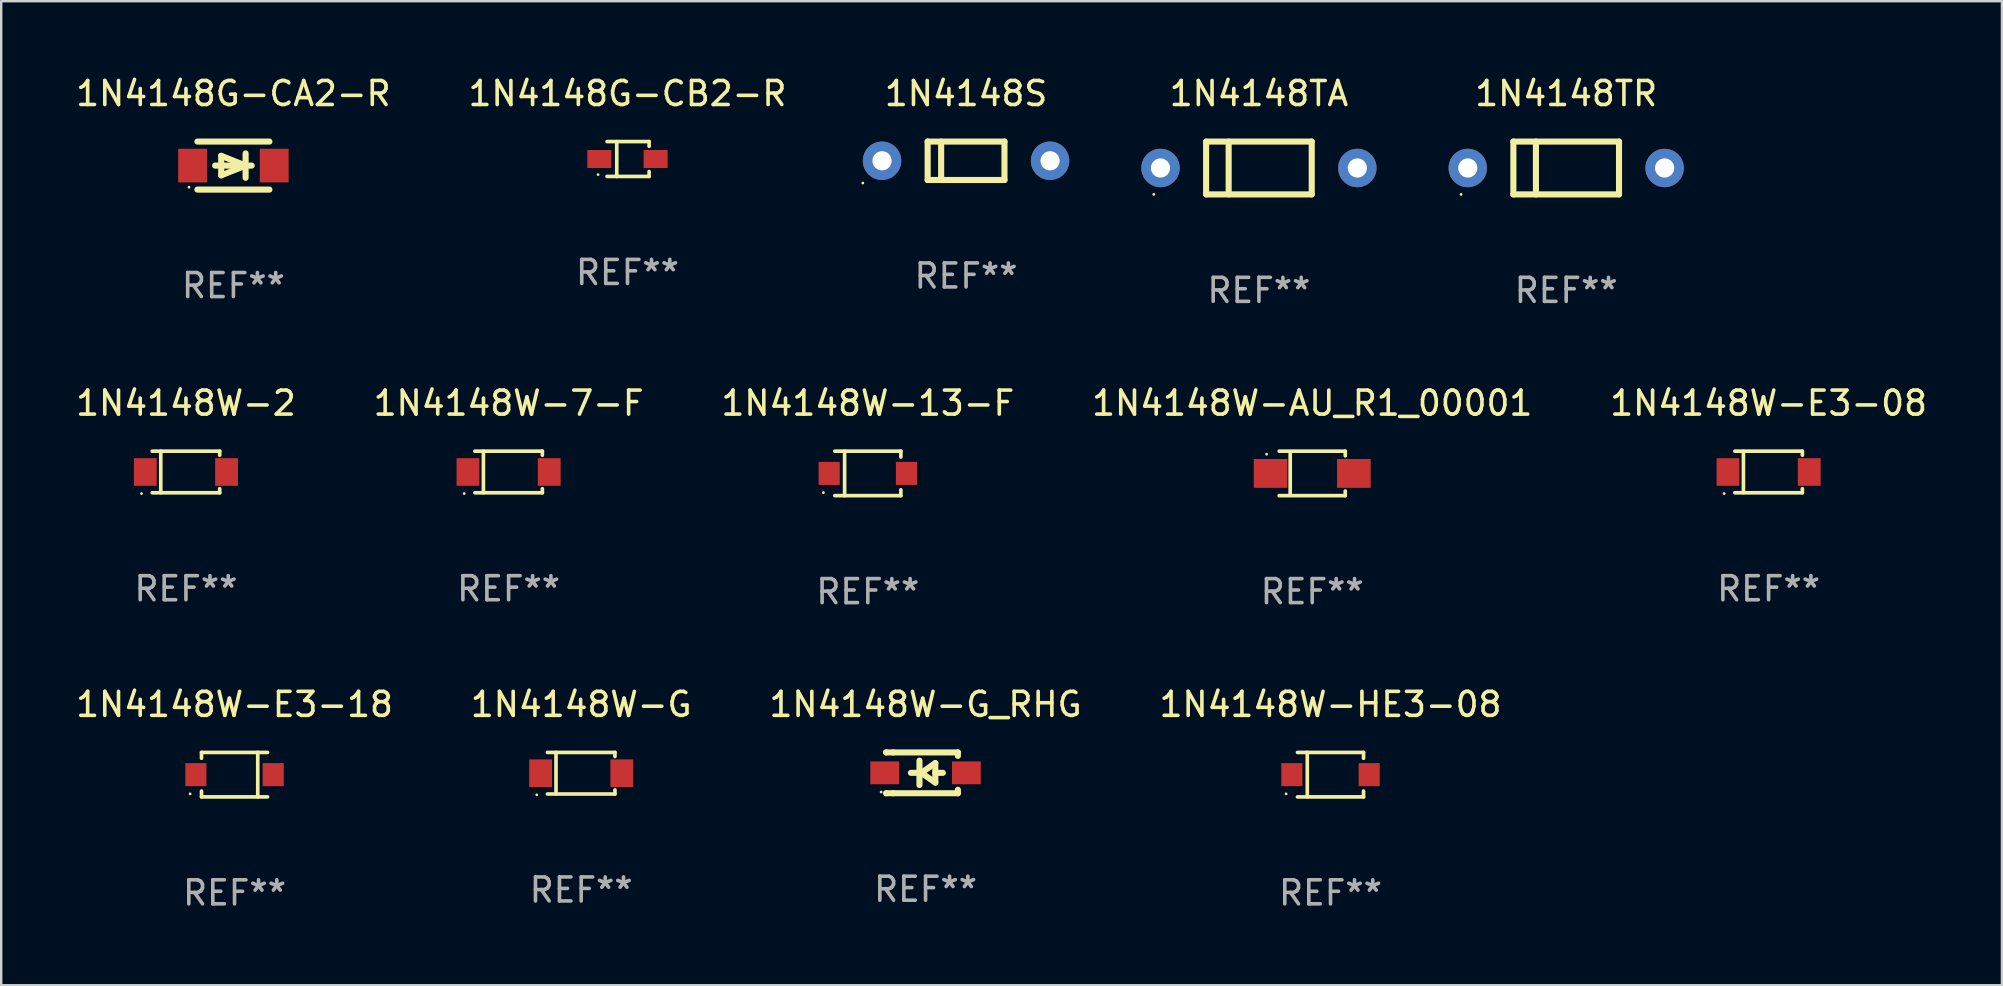
<source format=kicad_pcb>
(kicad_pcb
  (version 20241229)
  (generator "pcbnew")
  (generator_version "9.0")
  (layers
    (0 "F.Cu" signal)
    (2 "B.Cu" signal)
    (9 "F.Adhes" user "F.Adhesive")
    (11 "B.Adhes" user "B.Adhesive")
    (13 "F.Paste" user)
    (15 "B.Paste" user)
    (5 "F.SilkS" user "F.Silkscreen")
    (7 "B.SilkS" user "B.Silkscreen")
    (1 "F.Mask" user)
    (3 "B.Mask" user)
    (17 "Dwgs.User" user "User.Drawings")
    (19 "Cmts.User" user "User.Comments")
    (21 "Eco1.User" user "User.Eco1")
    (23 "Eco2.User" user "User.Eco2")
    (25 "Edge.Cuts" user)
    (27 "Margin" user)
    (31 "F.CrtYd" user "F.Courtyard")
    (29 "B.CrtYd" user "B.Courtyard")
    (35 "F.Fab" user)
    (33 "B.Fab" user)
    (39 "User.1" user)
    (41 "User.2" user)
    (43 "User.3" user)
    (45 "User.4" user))
  (footprint "1N4148W-E3-18"
    (layer "F.Cu")
    (at 6.72 29.22)
    (property "Reference" "1N4148W-E3-18" (at 0 -2.926 0) (layer "F.SilkS") (effects (font (size 1 1) (thickness 0.15))))
    (attr through_hole)
    (fp_line (start -1.376 -0.926) (end -1.376 -0.683) (stroke (width 0.152) (type solid)) (layer "F.SilkS"))
    (fp_line (start -1.376 0.926) (end -1.376 0.683) (stroke (width 0.152) (type solid)) (layer "F.SilkS"))
    (fp_line (start 0.967 0.926) (end 0.967 -0.926) (stroke (width 0.152) (type solid)) (layer "F.SilkS"))
    (fp_line (start 1.376 -0.926) (end -1.376 -0.926) (stroke (width 0.152) (type solid)) (layer "F.SilkS"))
    (fp_line (start 1.376 0.926) (end -1.376 0.926) (stroke (width 0.152) (type solid)) (layer "F.SilkS"))
    (fp_circle (center -1.851 0.8) (end -1.821 0.8) (stroke (width 0.06) (type solid)) (fill no) (layer "F.SilkS"))
    (fp_text user "REF**" (at 0 4.926 0) (layer "F.Fab") (effects (font (size 1 1) (thickness 0.15))))
    (pad "1" smd rect (at -1.61 -0.000102 180) (size 0.88 0.96) (layers "F.Cu" "F.Mask" "F.Paste"))
    (pad "2" smd rect (at 1.61 -0.000102 180) (size 0.88 0.96) (layers "F.Cu" "F.Mask" "F.Paste")))
  (footprint "1N4148W-G"
    (layer "F.Cu")
    (at 21.161 29.16)
    (property "Reference" "1N4148W-G" (at 0 -2.866 0) (layer "F.SilkS") (effects (font (size 1 1) (thickness 0.15))))
    (attr through_hole)
    (fp_line (start -1.406 -0.866) (end 1.406 -0.866) (stroke (width 0.152) (type solid)) (layer "F.SilkS"))
    (fp_line (start -1.406 0.866) (end 1.406 0.866) (stroke (width 0.152) (type solid)) (layer "F.SilkS"))
    (fp_line (start -1.049 -0.866) (end -1.049 0.866) (stroke (width 0.152) (type solid)) (layer "F.SilkS"))
    (fp_line (start 1.406 -0.866) (end 1.406 -0.698) (stroke (width 0.152) (type solid)) (layer "F.SilkS"))
    (fp_line (start 1.406 0.866) (end 1.406 0.698) (stroke (width 0.152) (type solid)) (layer "F.SilkS"))
    (fp_circle (center -1.851 0.9) (end -1.821 0.9) (stroke (width 0.06) (type solid)) (fill no) (layer "F.SilkS"))
    (fp_text user "REF**" (at 0 4.866 0) (layer "F.Fab") (effects (font (size 1 1) (thickness 0.15))))
    (pad "1" smd rect (at -1.692 0) (size 0.95 1.15) (layers "F.Cu" "F.Mask" "F.Paste"))
    (pad "2" smd rect (at 1.692 0) (size 0.95 1.15) (layers "F.Cu" "F.Mask" "F.Paste")))
  (footprint "1N4148G-CB2-R"
    (layer "F.Cu")
    (at 23.089 3.574)
    (property "Reference" "1N4148G-CB2-R" (at 0 -2.726 0) (layer "F.SilkS") (effects (font (size 1 1) (thickness 0.15))))
    (attr through_hole)
    (fp_line (start -0.851 -0.726) (end 0.901 -0.726) (stroke (width 0.152) (type solid)) (layer "F.SilkS"))
    (fp_line (start -0.851 0.726) (end 0.901 0.726) (stroke (width 0.152) (type solid)) (layer "F.SilkS"))
    (fp_line (start -0.447 -0.726) (end -0.447 0.726) (stroke (width 0.152) (type solid)) (layer "F.SilkS"))
    (fp_line (start 0.901 -0.726) (end 0.901 -0.53) (stroke (width 0.152) (type solid)) (layer "F.SilkS"))
    (fp_line (start 0.901 0.726) (end 0.901 0.52) (stroke (width 0.152) (type solid)) (layer "F.SilkS"))
    (fp_circle (center -1.225 0.65) (end -1.195 0.65) (stroke (width 0.06) (type solid)) (fill no) (layer "F.SilkS"))
    (fp_text user "REF**" (at 0 4.726 0) (layer "F.Fab") (effects (font (size 1 1) (thickness 0.15))))
    (pad "1" smd rect (at -1.173 0) (size 1 0.75) (layers "F.Cu" "F.Mask" "F.Paste"))
    (pad "2" smd rect (at 1.173 0) (size 1 0.75) (layers "F.Cu" "F.Mask" "F.Paste")))
  (footprint "1N4148W-7-F"
    (layer "F.Cu")
    (at 18.137 16.611)
    (property "Reference" "1N4148W-7-F" (at 0 -2.866 0) (layer "F.SilkS") (effects (font (size 1 1) (thickness 0.15))))
    (attr through_hole)
    (fp_line (start -1.406 -0.866) (end 1.406 -0.866) (stroke (width 0.152) (type solid)) (layer "F.SilkS"))
    (fp_line (start -1.406 0.866) (end 1.406 0.866) (stroke (width 0.152) (type solid)) (layer "F.SilkS"))
    (fp_line (start -1.049 -0.866) (end -1.049 0.866) (stroke (width 0.152) (type solid)) (layer "F.SilkS"))
    (fp_line (start 1.406 -0.866) (end 1.406 -0.698) (stroke (width 0.152) (type solid)) (layer "F.SilkS"))
    (fp_line (start 1.406 0.866) (end 1.406 0.698) (stroke (width 0.152) (type solid)) (layer "F.SilkS"))
    (fp_circle (center -1.851 0.9) (end -1.821 0.9) (stroke (width 0.06) (type solid)) (fill no) (layer "F.SilkS"))
    (fp_text user "REF**" (at 0 4.866 0) (layer "F.Fab") (effects (font (size 1 1) (thickness 0.15))))
    (pad "1" smd rect (at -1.692 0) (size 0.95 1.15) (layers "F.Cu" "F.Mask" "F.Paste"))
    (pad "2" smd rect (at 1.692 0) (size 0.95 1.15) (layers "F.Cu" "F.Mask" "F.Paste")))
  (footprint "1N4148S"
    (layer "F.Cu")
    (at 37.193 3.648)
    (property "Reference" "1N4148S" (at 0 -2.8 0) (layer "F.SilkS") (effects (font (size 1 1) (thickness 0.15))))
    (attr through_hole)
    (fp_line (start -1.6 -0.8) (end -1.6 0.8) (stroke (width 0.254) (type solid)) (layer "F.SilkS"))
    (fp_line (start -1.6 -0.8) (end 1.6 -0.8) (stroke (width 0.254) (type solid)) (layer "F.SilkS"))
    (fp_line (start -1.6 0.8) (end 1.6 0.8) (stroke (width 0.254) (type solid)) (layer "F.SilkS"))
    (fp_line (start -1.037 -0.8) (end -1.037 0.8) (stroke (width 0.254) (type solid)) (layer "F.SilkS"))
    (fp_line (start 1.6 -0.8) (end 1.6 0.8) (stroke (width 0.254) (type solid)) (layer "F.SilkS"))
    (fp_circle (center -4.3 0.927) (end -4.27 0.927) (stroke (width 0.06) (type solid)) (fill no) (layer "F.SilkS"))
    (fp_text user "REF**" (at 0 4.8 0) (layer "F.Fab") (effects (font (size 1 1) (thickness 0.15))))
    (pad "1" thru_hole circle (at -3.5 0) (size 1.6 1.6) (drill 0.8) (layers "*.Cu" "*.Mask"))
    (pad "2" thru_hole circle (at 3.5 0) (size 1.6 1.6) (drill 0.8) (layers "*.Cu" "*.Mask")))
  (footprint "1N4148W-AU_R1_00001"
    (layer "F.Cu")
    (at 51.613 16.671)
    (property "Reference" "1N4148W-AU_R1_00001" (at 0 -2.926 0) (layer "F.SilkS") (effects (font (size 1 1) (thickness 0.15))))
    (attr through_hole)
    (fp_line (start -1.376 -0.926) (end 1.376 -0.926) (stroke (width 0.152) (type solid)) (layer "F.SilkS"))
    (fp_line (start -1.376 0.926) (end 1.376 0.926) (stroke (width 0.152) (type solid)) (layer "F.SilkS"))
    (fp_line (start -0.917 -0.876) (end -0.917 0.876) (stroke (width 0.152) (type solid)) (layer "F.SilkS"))
    (fp_line (start 1.376 -0.926) (end 1.376 -0.733) (stroke (width 0.152) (type solid)) (layer "F.SilkS"))
    (fp_line (start 1.376 0.926) (end 1.376 0.733) (stroke (width 0.152) (type solid)) (layer "F.SilkS"))
    (fp_circle (center -1.9 -0.8) (end -1.87 -0.8) (stroke (width 0.06) (type solid)) (fill no) (layer "F.SilkS"))
    (fp_text user "REF**" (at 0 4.926 0) (layer "F.Fab") (effects (font (size 1 1) (thickness 0.15))))
    (pad "1" smd rect (at -1.735 -0.000102) (size 1.4 1.2) (layers "F.Cu" "F.Mask" "F.Paste"))
    (pad "2" smd rect (at 1.735 -0.000102) (size 1.4 1.2) (layers "F.Cu" "F.Mask" "F.Paste")))
  (footprint "1N4148TR"
    (layer "F.Cu")
    (at 62.193 3.948)
    (property "Reference" "1N4148TR" (at 0 -3.1 0) (layer "F.SilkS") (effects (font (size 1 1) (thickness 0.15))))
    (attr through_hole)
    (fp_line (start -2.2 -1.1) (end -2.2 1.1) (stroke (width 0.254) (type solid)) (layer "F.SilkS"))
    (fp_line (start -2.2 -1.1) (end 2.2 -1.1) (stroke (width 0.254) (type solid)) (layer "F.SilkS"))
    (fp_line (start -2.2 1.1) (end 2.2 1.1) (stroke (width 0.254) (type solid)) (layer "F.SilkS"))
    (fp_line (start -1.261 -1.1) (end -1.261 1.1) (stroke (width 0.254) (type solid)) (layer "F.SilkS"))
    (fp_line (start 2.2 -1.1) (end 2.2 1.1) (stroke (width 0.254) (type solid)) (layer "F.SilkS"))
    (fp_circle (center -4.38 1.1) (end -4.35 1.1) (stroke (width 0.06) (type solid)) (fill no) (layer "F.SilkS"))
    (fp_text user "REF**" (at 0 5.1 0) (layer "F.Fab") (effects (font (size 1 1) (thickness 0.15))))
    (pad "1" thru_hole circle (at -4.1 0) (size 1.6 1.6) (drill 0.8) (layers "*.Cu" "*.Mask"))
    (pad "2" thru_hole circle (at 4.1 0) (size 1.6 1.6) (drill 0.8) (layers "*.Cu" "*.Mask")))
  (footprint "1N4148W-E3-08"
    (layer "F.Cu")
    (at 70.625 16.611)
    (property "Reference" "1N4148W-E3-08" (at 0 -2.866 0) (layer "F.SilkS") (effects (font (size 1 1) (thickness 0.15))))
    (attr through_hole)
    (fp_line (start -1.406 -0.866) (end 1.406 -0.866) (stroke (width 0.152) (type solid)) (layer "F.SilkS"))
    (fp_line (start -1.406 0.866) (end 1.406 0.866) (stroke (width 0.152) (type solid)) (layer "F.SilkS"))
    (fp_line (start -1.049 -0.866) (end -1.049 0.866) (stroke (width 0.152) (type solid)) (layer "F.SilkS"))
    (fp_line (start 1.406 -0.866) (end 1.406 -0.698) (stroke (width 0.152) (type solid)) (layer "F.SilkS"))
    (fp_line (start 1.406 0.866) (end 1.406 0.698) (stroke (width 0.152) (type solid)) (layer "F.SilkS"))
    (fp_circle (center -1.851 0.9) (end -1.821 0.9) (stroke (width 0.06) (type solid)) (fill no) (layer "F.SilkS"))
    (fp_text user "REF**" (at 0 4.866 0) (layer "F.Fab") (effects (font (size 1 1) (thickness 0.15))))
    (pad "1" smd rect (at -1.692 0) (size 0.95 1.15) (layers "F.Cu" "F.Mask" "F.Paste"))
    (pad "2" smd rect (at 1.692 0) (size 0.95 1.15) (layers "F.Cu" "F.Mask" "F.Paste")))
  (footprint "1N4148G-CA2-R"
    (layer "F.Cu")
    (at 6.673 3.848)
    (property "Reference" "1N4148G-CA2-R" (at 0 -3 0) (layer "F.SilkS") (effects (font (size 1 1) (thickness 0.15))))
    (attr through_hole)
    (fp_line (start -1.5 -1) (end 1.5 -1) (stroke (width 0.254) (type solid)) (layer "F.SilkS"))
    (fp_line (start -1.5 1) (end 1.5 1) (stroke (width 0.254) (type solid)) (layer "F.SilkS"))
    (fp_line (start -0.508 -0.406) (end 0.508 0) (stroke (width 0.254) (type solid)) (layer "F.SilkS"))
    (fp_line (start -0.508 0.406) (end -0.508 -0.406) (stroke (width 0.254) (type solid)) (layer "F.SilkS"))
    (fp_line (start 0.508 0) (end -0.508 0.406) (stroke (width 0.254) (type solid)) (layer "F.SilkS"))
    (fp_line (start 0.508 0.508) (end 0.508 -0.508) (stroke (width 0.254) (type solid)) (layer "F.SilkS"))
    (fp_line (start 0.762 0) (end -0.762 0) (stroke (width 0.254) (type solid)) (layer "F.SilkS"))
    (fp_circle (center -1.85 0.9) (end -1.82 0.9) (stroke (width 0.06) (type solid)) (fill no) (layer "F.SilkS"))
    (fp_text user "REF**" (at 0 5 0) (layer "F.Fab") (effects (font (size 1 1) (thickness 0.15))))
    (pad "1" smd rect (at -1.7 0) (size 1.2 1.4) (layers "F.Cu" "F.Mask" "F.Paste"))
    (pad "2" smd rect (at 1.7 0) (size 1.2 1.4) (layers "F.Cu" "F.Mask" "F.Paste")))
  (footprint "1N4148W-13-F"
    (layer "F.Cu")
    (at 33.101 16.671)
    (property "Reference" "1N4148W-13-F" (at 0 -2.926 0) (layer "F.SilkS") (effects (font (size 1 1) (thickness 0.15))))
    (attr through_hole)
    (fp_line (start -1.376 -0.926) (end 1.376 -0.926) (stroke (width 0.152) (type solid)) (layer "F.SilkS"))
    (fp_line (start -1.376 0.926) (end 1.376 0.926) (stroke (width 0.152) (type solid)) (layer "F.SilkS"))
    (fp_line (start -0.967 -0.926) (end -0.967 0.926) (stroke (width 0.152) (type solid)) (layer "F.SilkS"))
    (fp_line (start 1.376 -0.926) (end 1.376 -0.683) (stroke (width 0.152) (type solid)) (layer "F.SilkS"))
    (fp_line (start 1.376 0.926) (end 1.376 0.683) (stroke (width 0.152) (type solid)) (layer "F.SilkS"))
    (fp_circle (center -1.85 0.8) (end -1.82 0.8) (stroke (width 0.06) (type solid)) (fill no) (layer "F.SilkS"))
    (fp_text user "REF**" (at 0 4.926 0) (layer "F.Fab") (effects (font (size 1 1) (thickness 0.15))))
    (pad "1" smd rect (at -1.61 0) (size 0.88 0.96) (layers "F.Cu" "F.Mask" "F.Paste"))
    (pad "2" smd rect (at 1.61 0) (size 0.88 0.96) (layers "F.Cu" "F.Mask" "F.Paste")))
  (footprint "1N4148W-HE3-08"
    (layer "F.Cu")
    (at 52.375 29.22)
    (property "Reference" "1N4148W-HE3-08" (at 0 -2.926 0) (layer "F.SilkS") (effects (font (size 1 1) (thickness 0.15))))
    (attr through_hole)
    (fp_line (start -1.376 -0.926) (end 1.376 -0.926) (stroke (width 0.152) (type solid)) (layer "F.SilkS"))
    (fp_line (start -1.376 0.926) (end 1.376 0.926) (stroke (width 0.152) (type solid)) (layer "F.SilkS"))
    (fp_line (start -0.967 -0.926) (end -0.967 0.926) (stroke (width 0.152) (type solid)) (layer "F.SilkS"))
    (fp_line (start 1.376 -0.926) (end 1.376 -0.683) (stroke (width 0.152) (type solid)) (layer "F.SilkS"))
    (fp_line (start 1.376 0.926) (end 1.376 0.683) (stroke (width 0.152) (type solid)) (layer "F.SilkS"))
    (fp_circle (center -1.85 0.8) (end -1.82 0.8) (stroke (width 0.06) (type solid)) (fill no) (layer "F.SilkS"))
    (fp_text user "REF**" (at 0 4.926 0) (layer "F.Fab") (effects (font (size 1 1) (thickness 0.15))))
    (pad "1" smd rect (at -1.61 0) (size 0.88 0.96) (layers "F.Cu" "F.Mask" "F.Paste"))
    (pad "2" smd rect (at 1.61 0) (size 0.88 0.96) (layers "F.Cu" "F.Mask" "F.Paste")))
  (footprint "1N4148TA"
    (layer "F.Cu")
    (at 49.393 3.948)
    (property "Reference" "1N4148TA" (at 0 -3.1 0) (layer "F.SilkS") (effects (font (size 1 1) (thickness 0.15))))
    (attr through_hole)
    (fp_line (start -2.2 -1.1) (end -2.2 1.1) (stroke (width 0.254) (type solid)) (layer "F.SilkS"))
    (fp_line (start -2.2 -1.1) (end 2.2 -1.1) (stroke (width 0.254) (type solid)) (layer "F.SilkS"))
    (fp_line (start -2.2 1.1) (end 2.2 1.1) (stroke (width 0.254) (type solid)) (layer "F.SilkS"))
    (fp_line (start -1.261 -1.1) (end -1.261 1.1) (stroke (width 0.254) (type solid)) (layer "F.SilkS"))
    (fp_line (start 2.2 -1.1) (end 2.2 1.1) (stroke (width 0.254) (type solid)) (layer "F.SilkS"))
    (fp_circle (center -4.38 1.1) (end -4.35 1.1) (stroke (width 0.06) (type solid)) (fill no) (layer "F.SilkS"))
    (fp_text user "REF**" (at 0 5.1 0) (layer "F.Fab") (effects (font (size 1 1) (thickness 0.15))))
    (pad "1" thru_hole circle (at -4.1 0) (size 1.6 1.6) (drill 0.8) (layers "*.Cu" "*.Mask"))
    (pad "2" thru_hole circle (at 4.1 0) (size 1.6 1.6) (drill 0.8) (layers "*.Cu" "*.Mask")))
  (footprint "1N4148W-2"
    (layer "F.Cu")
    (at 4.696 16.611)
    (property "Reference" "1N4148W-2" (at 0 -2.866 0) (layer "F.SilkS") (effects (font (size 1 1) (thickness 0.15))))
    (attr through_hole)
    (fp_line (start -1.406 -0.866) (end 1.406 -0.866) (stroke (width 0.152) (type solid)) (layer "F.SilkS"))
    (fp_line (start -1.406 0.866) (end 1.406 0.866) (stroke (width 0.152) (type solid)) (layer "F.SilkS"))
    (fp_line (start -1.049 -0.866) (end -1.049 0.866) (stroke (width 0.152) (type solid)) (layer "F.SilkS"))
    (fp_line (start 1.406 -0.866) (end 1.406 -0.698) (stroke (width 0.152) (type solid)) (layer "F.SilkS"))
    (fp_line (start 1.406 0.866) (end 1.406 0.698) (stroke (width 0.152) (type solid)) (layer "F.SilkS"))
    (fp_circle (center -1.851 0.9) (end -1.821 0.9) (stroke (width 0.06) (type solid)) (fill no) (layer "F.SilkS"))
    (fp_text user "REF**" (at 0 4.866 0) (layer "F.Fab") (effects (font (size 1 1) (thickness 0.15))))
    (pad "1" smd rect (at -1.692 0) (size 0.95 1.15) (layers "F.Cu" "F.Mask" "F.Paste"))
    (pad "2" smd rect (at 1.692 0) (size 0.95 1.15) (layers "F.Cu" "F.Mask" "F.Paste")))
  (footprint "1N4148W-G_RHG"
    (layer "F.Cu")
    (at 35.506 29.144)
    (property "Reference" "1N4148W-G_RHG" (at 0 -2.85 0) (layer "F.SilkS") (effects (font (size 1 1) (thickness 0.15))))
    (attr through_hole)
    (fp_line (start -1.643 -0.85) (end -1.644 -0.849) (stroke (width 0.254) (type solid)) (layer "F.SilkS"))
    (fp_line (start -1.638 0.85) (end -1.639 0.849) (stroke (width 0.254) (type solid)) (layer "F.SilkS"))
    (fp_line (start -1.346 -0.85) (end -1.643 -0.85) (stroke (width 0.254) (type solid)) (layer "F.SilkS"))
    (fp_line (start -1.346 -0.85) (end 1.346 -0.85) (stroke (width 0.254) (type solid)) (layer "F.SilkS"))
    (fp_line (start -1.346 0.85) (end -1.638 0.85) (stroke (width 0.254) (type solid)) (layer "F.SilkS"))
    (fp_line (start -0.28 0) (end -0.61 0) (stroke (width 0.254) (type solid)) (layer "F.SilkS"))
    (fp_line (start -0.254 -0.508) (end -0.254 0.508) (stroke (width 0.254) (type solid)) (layer "F.SilkS"))
    (fp_line (start -0.178 0) (end 0.406 -0.406) (stroke (width 0.254) (type solid)) (layer "F.SilkS"))
    (fp_line (start 0.406 -0.406) (end 0.406 0.406) (stroke (width 0.254) (type solid)) (layer "F.SilkS"))
    (fp_line (start 0.406 -0.000254) (end 0.72 -0.000254) (stroke (width 0.254) (type solid)) (layer "F.SilkS"))
    (fp_line (start 0.406 0.406) (end -0.178 0) (stroke (width 0.254) (type solid)) (layer "F.SilkS"))
    (fp_line (start 1.346 -0.85) (end 1.346 -0.706) (stroke (width 0.254) (type solid)) (layer "F.SilkS"))
    (fp_line (start 1.346 0.706) (end 1.346 0.85) (stroke (width 0.254) (type solid)) (layer "F.SilkS"))
    (fp_line (start 1.346 0.85) (end -1.346 0.85) (stroke (width 0.254) (type solid)) (layer "F.SilkS"))
    (fp_circle (center -1.85 0.8) (end -1.82 0.8) (stroke (width 0.06) (type solid)) (fill no) (layer "F.SilkS"))
    (fp_text user "REF**" (at 0 4.85 0) (layer "F.Fab") (effects (font (size 1 1) (thickness 0.15))))
    (pad "1" smd rect (at -1.7 0) (size 1.2 0.95) (layers "F.Cu" "F.Mask" "F.Paste"))
    (pad "2" smd rect (at 1.7 0) (size 1.2 0.95) (layers "F.Cu" "F.Mask" "F.Paste")))
  (gr_rect
    (start -3 -3)
    (end 80.345 37.994)
    (stroke (width 0.1) (type default))
    (fill no)
    (layer "Edge.Cuts")))
</source>
